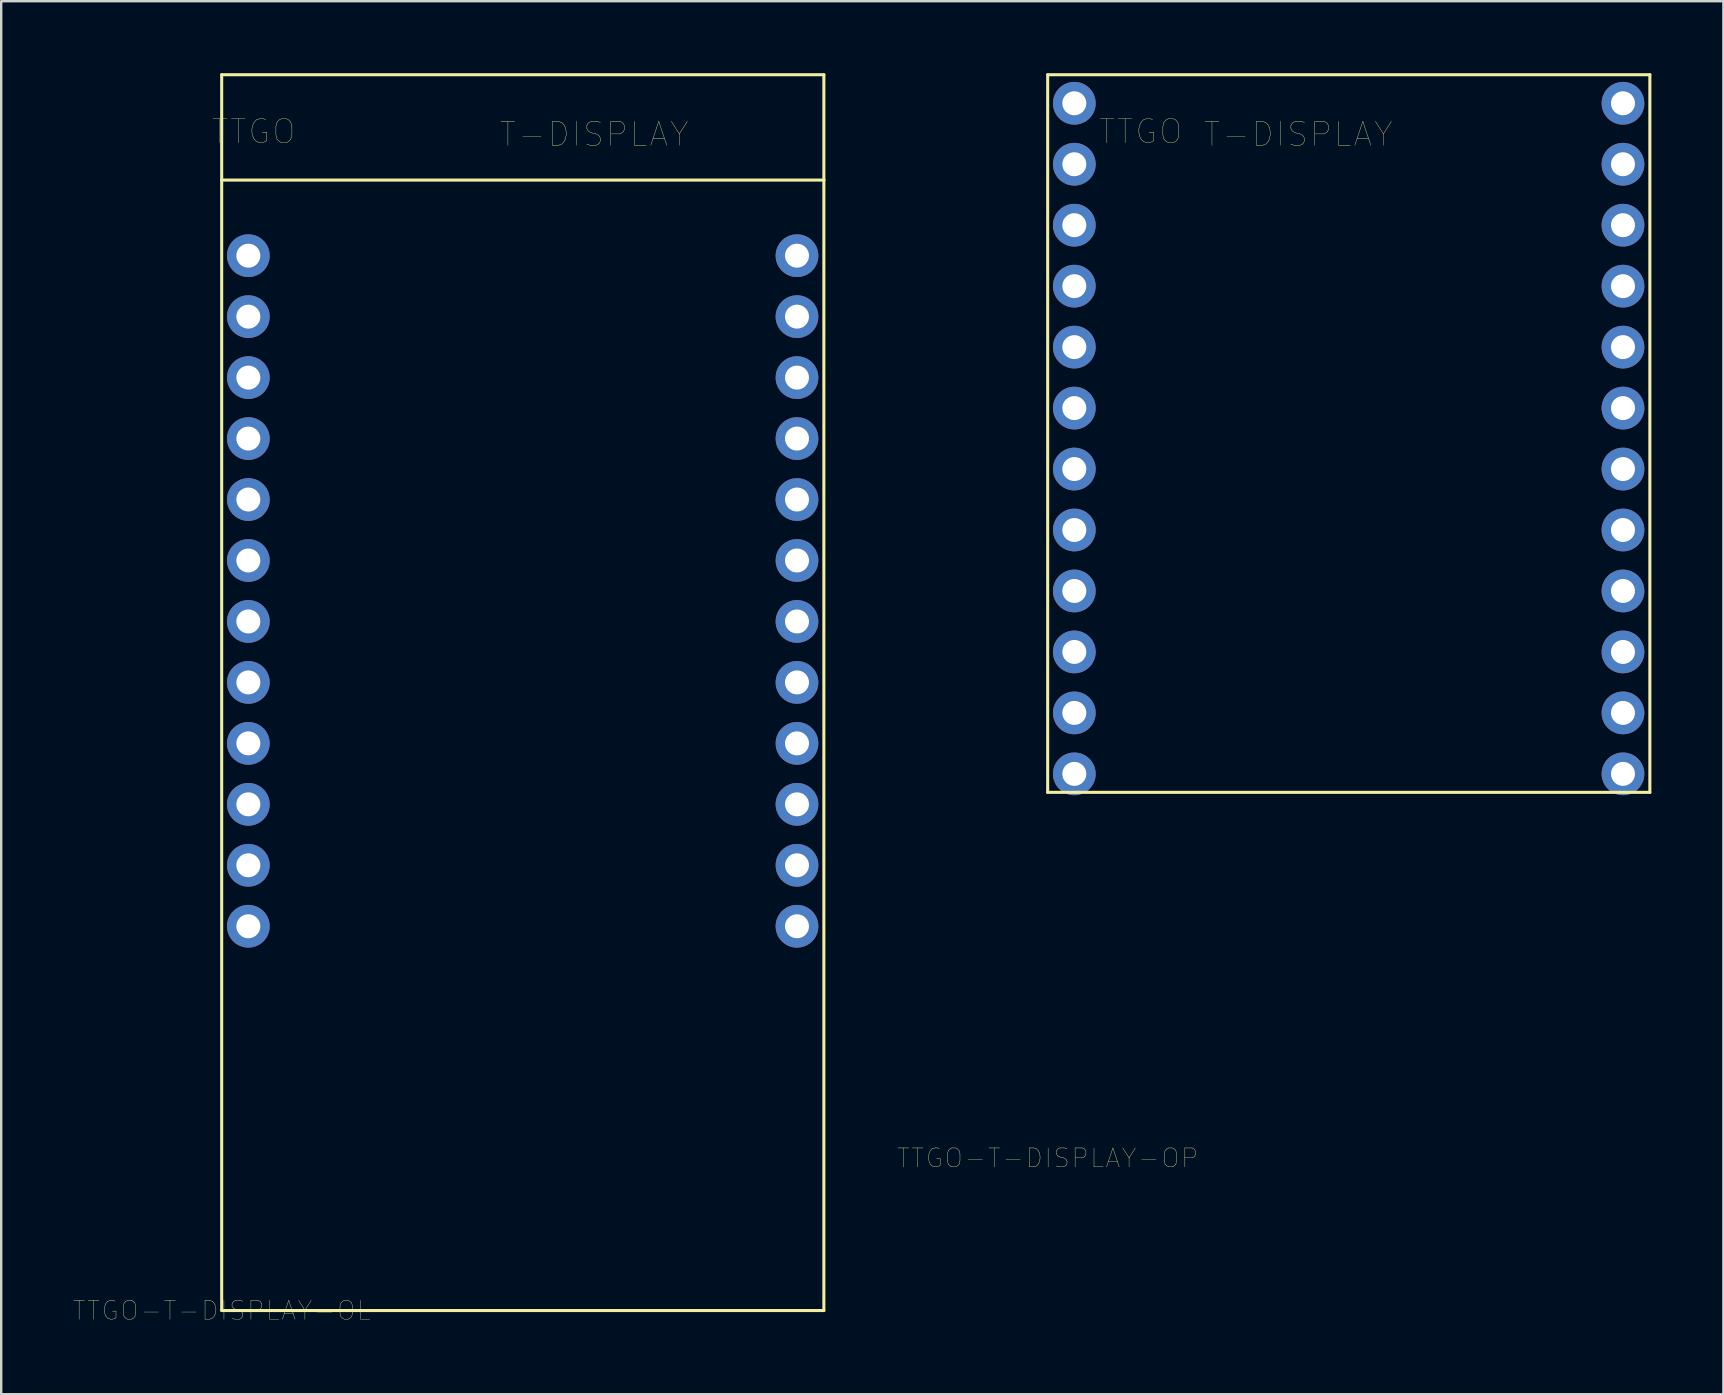
<source format=kicad_pcb>
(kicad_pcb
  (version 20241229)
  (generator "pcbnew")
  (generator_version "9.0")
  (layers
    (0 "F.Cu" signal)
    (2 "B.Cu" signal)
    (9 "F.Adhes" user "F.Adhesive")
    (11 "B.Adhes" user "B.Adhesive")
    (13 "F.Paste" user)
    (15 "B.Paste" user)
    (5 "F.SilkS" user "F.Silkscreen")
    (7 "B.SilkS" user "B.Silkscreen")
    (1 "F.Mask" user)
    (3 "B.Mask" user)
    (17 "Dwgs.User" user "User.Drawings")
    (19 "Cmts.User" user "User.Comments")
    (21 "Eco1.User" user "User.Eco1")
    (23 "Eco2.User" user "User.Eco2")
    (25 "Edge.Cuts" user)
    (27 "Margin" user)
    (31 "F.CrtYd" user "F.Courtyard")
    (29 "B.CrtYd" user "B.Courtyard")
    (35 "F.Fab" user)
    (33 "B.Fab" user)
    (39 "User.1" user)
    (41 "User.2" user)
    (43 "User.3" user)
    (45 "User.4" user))
  (footprint "TTGO-T-DISPLAY-OL"
    (layer "F.Cu")
    (at 6.187 51.553)
    (property "Reference" "TTGO-T-DISPLAY-OL" (at 0 0 0) (layer "F.SilkS") (effects (font (size 0.787 0.787) (thickness 0.015))))
    (attr through_hole)
    (fp_line (start 0 -51.49) (end 25.09 -51.49) (stroke (width 0.127) (type solid)) (layer "F.SilkS"))
    (fp_line (start 0 -47.1) (end 0 -51.49) (stroke (width 0.127) (type solid)) (layer "F.SilkS"))
    (fp_line (start 0 -47.1) (end 25.09 -47.1) (stroke (width 0.127) (type solid)) (layer "F.SilkS"))
    (fp_line (start 0 0) (end 0 -47.1) (stroke (width 0.127) (type solid)) (layer "F.SilkS"))
    (fp_line (start 0 0) (end 25.09 0) (stroke (width 0.127) (type solid)) (layer "F.SilkS"))
    (fp_line (start 25.09 -47.1) (end 25.09 -51.49) (stroke (width 0.127) (type solid)) (layer "F.SilkS"))
    (fp_line (start 25.09 0) (end 25.09 -47.1) (stroke (width 0.127) (type solid)) (layer "F.SilkS"))
    (fp_text user "T-DISPLAY" (at 15.52 -49.01 0) (layer "F.SilkS") (effects (font (size 1 1) (thickness 0.015))))
    (fp_text user "TTGO" (at 1.33 -49.12 0) (layer "F.SilkS") (effects (font (size 1 1) (thickness 0.015))))
    (pad "2G2A12" thru_hole circle (at 1.11 -31.25) (size 1.78 1.78) (drill 1) (layers "*.Cu" "*.Mask"))
    (pad "3V3_0" thru_hole circle (at 1.11 -16.01) (size 1.78 1.78) (drill 1) (layers "*.Cu" "*.Mask"))
    (pad "3V3_1" thru_hole circle (at 23.97 -43.95) (size 1.78 1.78) (drill 1) (layers "*.Cu" "*.Mask"))
    (pad "5V" thru_hole circle (at 23.97 -16.01) (size 1.78 1.78) (drill 1) (layers "*.Cu" "*.Mask"))
    (pad "12G12A15" thru_hole circle (at 1.11 -23.63) (size 1.78 1.78) (drill 1) (layers "*.Cu" "*.Mask"))
    (pad "13G13A14" thru_hole circle (at 1.11 -26.17) (size 1.78 1.78) (drill 1) (layers "*.Cu" "*.Mask"))
    (pad "15G15A13" thru_hole circle (at 1.11 -28.71) (size 1.78 1.78) (drill 1) (layers "*.Cu" "*.Mask"))
    (pad "17DIONLY" thru_hole circle (at 1.11 -33.79) (size 1.78 1.78) (drill 1) (layers "*.Cu" "*.Mask"))
    (pad "21SDA" thru_hole circle (at 1.11 -38.87) (size 1.78 1.78) (drill 1) (layers "*.Cu" "*.Mask"))
    (pad "22SCL" thru_hole circle (at 1.11 -36.33) (size 1.78 1.78) (drill 1) (layers "*.Cu" "*.Mask"))
    (pad "25G25A18DAC1" thru_hole circle (at 23.97 -26.17) (size 1.78 1.78) (drill 1) (layers "*.Cu" "*.Mask"))
    (pad "26G26A19DAC2" thru_hole circle (at 23.97 -23.63) (size 1.78 1.78) (drill 1) (layers "*.Cu" "*.Mask"))
    (pad "27G27A17" thru_hole circle (at 23.97 -21.09) (size 1.78 1.78) (drill 1) (layers "*.Cu" "*.Mask"))
    (pad "32G32A4" thru_hole circle (at 23.97 -31.25) (size 1.78 1.78) (drill 1) (layers "*.Cu" "*.Mask"))
    (pad "33G33A5" thru_hole circle (at 23.97 -28.71) (size 1.78 1.78) (drill 1) (layers "*.Cu" "*.Mask"))
    (pad "37G37" thru_hole circle (at 23.97 -38.87) (size 1.78 1.78) (drill 1) (layers "*.Cu" "*.Mask"))
    (pad "38G38" thru_hole circle (at 23.97 -36.33) (size 1.78 1.78) (drill 1) (layers "*.Cu" "*.Mask"))
    (pad "GND_0" thru_hole circle (at 1.11 -43.95) (size 1.78 1.78) (drill 1) (layers "*.Cu" "*.Mask"))
    (pad "GND_1" thru_hole circle (at 1.11 -41.41) (size 1.78 1.78) (drill 1) (layers "*.Cu" "*.Mask"))
    (pad "GND_2" thru_hole circle (at 1.11 -21.09) (size 1.78 1.78) (drill 1) (layers "*.Cu" "*.Mask"))
    (pad "GND_3" thru_hole circle (at 1.11 -18.55) (size 1.78 1.78) (drill 1) (layers "*.Cu" "*.Mask"))
    (pad "GND_4" thru_hole circle (at 23.97 -18.55) (size 1.78 1.78) (drill 1) (layers "*.Cu" "*.Mask"))
    (pad "SVNG39A3" thru_hole circle (at 23.97 -33.79) (size 1.78 1.78) (drill 1) (layers "*.Cu" "*.Mask"))
    (pad "SVPG36A0" thru_hole circle (at 23.97 -41.41) (size 1.78 1.78) (drill 1) (layers "*.Cu" "*.Mask")))
  (footprint "TTGO-T-DISPLAY-OP"
    (layer "F.Cu")
    (at 40.602 45.203)
    (property "Reference" "TTGO-T-DISPLAY-OP" (at 0 0 0) (layer "F.SilkS") (effects (font (size 0.787 0.787) (thickness 0.015))))
    (attr through_hole)
    (fp_line (start 0 -45.14) (end 25.09 -45.14) (stroke (width 0.127) (type solid)) (layer "F.SilkS"))
    (fp_line (start 0 -15.24) (end 0 -45.14) (stroke (width 0.127) (type solid)) (layer "F.SilkS"))
    (fp_line (start 0 -15.24) (end 25.09 -15.24) (stroke (width 0.127) (type solid)) (layer "F.SilkS"))
    (fp_line (start 25.09 -15.24) (end 25.09 -45.14) (stroke (width 0.127) (type solid)) (layer "F.SilkS"))
    (fp_text user "TTGO" (at 3.87 -42.77 0) (layer "F.SilkS") (effects (font (size 1 1) (thickness 0.015))))
    (fp_text user "T-DISPLAY" (at 10.44 -42.66 0) (layer "F.SilkS") (effects (font (size 1 1) (thickness 0.015))))
    (pad "2G2A12" thru_hole circle (at 1.11 -31.25) (size 1.78 1.78) (drill 1) (layers "*.Cu" "*.Mask"))
    (pad "3V3_0" thru_hole circle (at 1.11 -16.01) (size 1.78 1.78) (drill 1) (layers "*.Cu" "*.Mask"))
    (pad "3V3_1" thru_hole circle (at 23.97 -43.95) (size 1.78 1.78) (drill 1) (layers "*.Cu" "*.Mask"))
    (pad "5V" thru_hole circle (at 23.97 -16.01) (size 1.78 1.78) (drill 1) (layers "*.Cu" "*.Mask"))
    (pad "12G12A15" thru_hole circle (at 1.11 -23.63) (size 1.78 1.78) (drill 1) (layers "*.Cu" "*.Mask"))
    (pad "13G13A14" thru_hole circle (at 1.11 -26.17) (size 1.78 1.78) (drill 1) (layers "*.Cu" "*.Mask"))
    (pad "15G15A13" thru_hole circle (at 1.11 -28.71) (size 1.78 1.78) (drill 1) (layers "*.Cu" "*.Mask"))
    (pad "17NA" thru_hole circle (at 1.11 -33.79) (size 1.78 1.78) (drill 1) (layers "*.Cu" "*.Mask"))
    (pad "21SDA" thru_hole circle (at 1.11 -38.87) (size 1.78 1.78) (drill 1) (layers "*.Cu" "*.Mask"))
    (pad "22SCL" thru_hole circle (at 1.11 -36.33) (size 1.78 1.78) (drill 1) (layers "*.Cu" "*.Mask"))
    (pad "25G25A18DAC1" thru_hole circle (at 23.97 -26.17) (size 1.78 1.78) (drill 1) (layers "*.Cu" "*.Mask"))
    (pad "26G26A19DAC2" thru_hole circle (at 23.97 -23.63) (size 1.78 1.78) (drill 1) (layers "*.Cu" "*.Mask"))
    (pad "27G27A17" thru_hole circle (at 23.97 -21.09) (size 1.78 1.78) (drill 1) (layers "*.Cu" "*.Mask"))
    (pad "32G32A4" thru_hole circle (at 23.97 -31.25) (size 1.78 1.78) (drill 1) (layers "*.Cu" "*.Mask"))
    (pad "33G33A5" thru_hole circle (at 23.97 -28.71) (size 1.78 1.78) (drill 1) (layers "*.Cu" "*.Mask"))
    (pad "37G37" thru_hole circle (at 23.97 -38.87) (size 1.78 1.78) (drill 1) (layers "*.Cu" "*.Mask"))
    (pad "38G38" thru_hole circle (at 23.97 -36.33) (size 1.78 1.78) (drill 1) (layers "*.Cu" "*.Mask"))
    (pad "GND_0" thru_hole circle (at 1.11 -43.95) (size 1.78 1.78) (drill 1) (layers "*.Cu" "*.Mask"))
    (pad "GND_1" thru_hole circle (at 1.11 -41.41) (size 1.78 1.78) (drill 1) (layers "*.Cu" "*.Mask"))
    (pad "GND_2" thru_hole circle (at 1.11 -21.09) (size 1.78 1.78) (drill 1) (layers "*.Cu" "*.Mask"))
    (pad "GND_3" thru_hole circle (at 1.11 -18.55) (size 1.78 1.78) (drill 1) (layers "*.Cu" "*.Mask"))
    (pad "GND_4" thru_hole circle (at 23.97 -18.55) (size 1.78 1.78) (drill 1) (layers "*.Cu" "*.Mask"))
    (pad "SVNG39A3" thru_hole circle (at 23.97 -33.79) (size 1.78 1.78) (drill 1) (layers "*.Cu" "*.Mask"))
    (pad "SVPG36A0" thru_hole circle (at 23.97 -41.41) (size 1.78 1.78) (drill 1) (layers "*.Cu" "*.Mask")))
  (gr_rect
    (start -3 -3)
    (end 68.755 55.04)
    (stroke (width 0.1) (type default))
    (fill no)
    (layer "Edge.Cuts")))
</source>
